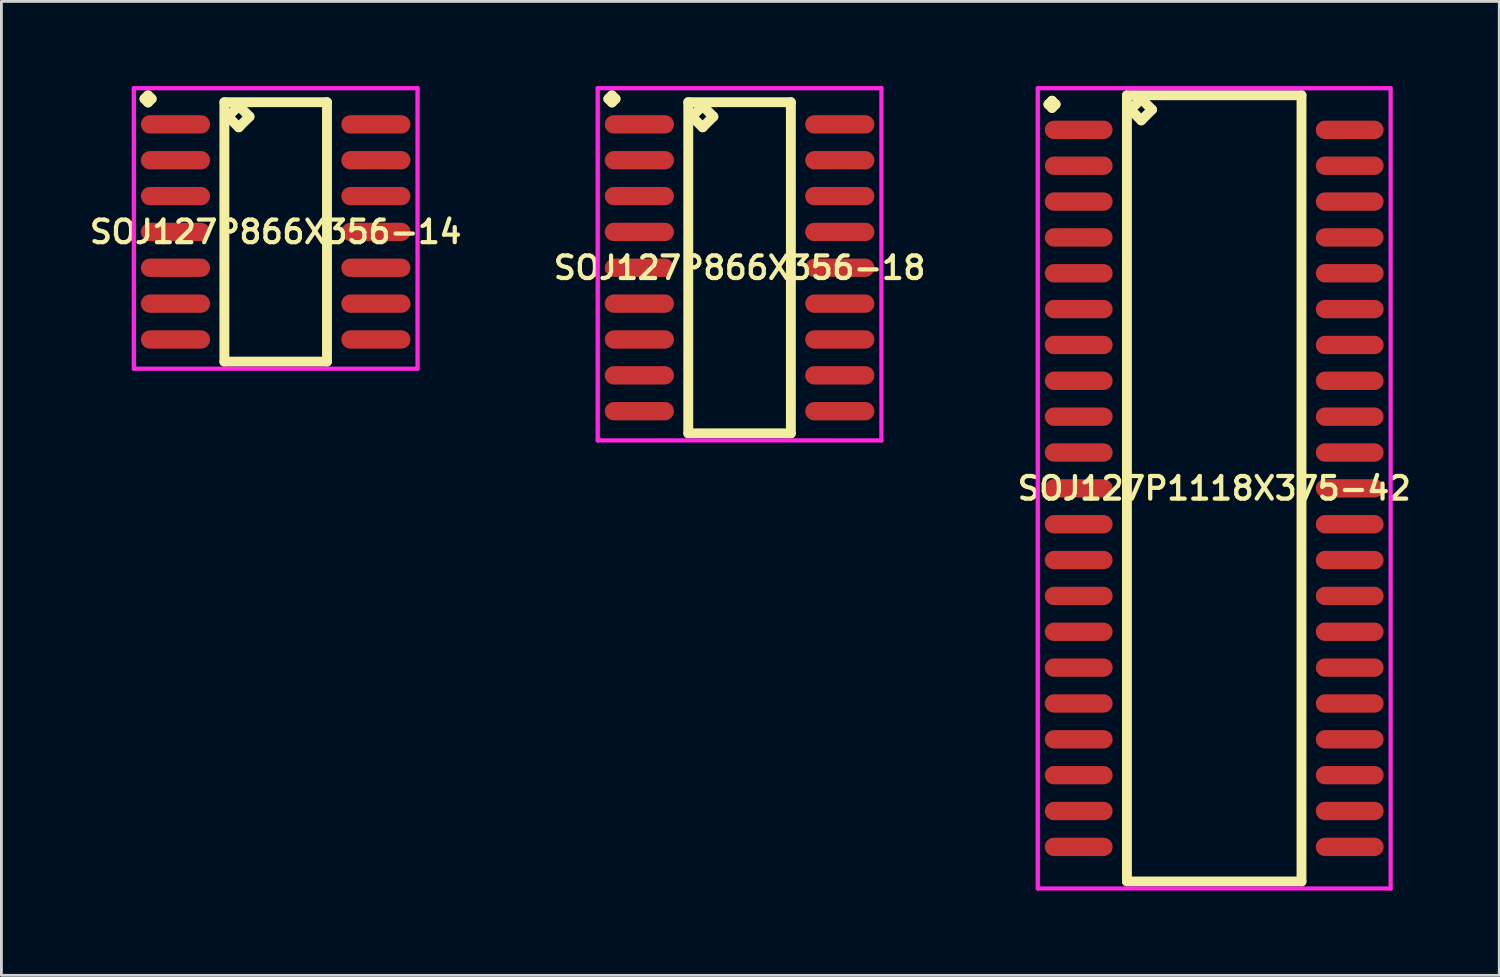
<source format=kicad_pcb>
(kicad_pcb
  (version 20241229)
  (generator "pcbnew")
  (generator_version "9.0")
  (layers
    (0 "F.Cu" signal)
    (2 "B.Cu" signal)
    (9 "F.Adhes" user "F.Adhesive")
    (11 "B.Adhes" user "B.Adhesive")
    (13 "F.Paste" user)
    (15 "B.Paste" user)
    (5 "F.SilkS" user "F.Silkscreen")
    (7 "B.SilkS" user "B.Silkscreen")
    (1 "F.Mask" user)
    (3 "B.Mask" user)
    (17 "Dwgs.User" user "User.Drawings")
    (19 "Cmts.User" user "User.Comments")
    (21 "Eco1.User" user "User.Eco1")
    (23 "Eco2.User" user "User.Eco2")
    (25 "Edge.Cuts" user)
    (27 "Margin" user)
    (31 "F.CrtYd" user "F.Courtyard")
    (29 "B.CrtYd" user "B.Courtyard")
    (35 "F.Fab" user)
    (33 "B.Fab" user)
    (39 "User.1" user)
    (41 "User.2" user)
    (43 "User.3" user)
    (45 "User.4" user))
  (footprint "SOJ127P866X356-18"
    (layer "F.Cu")
    (at 23.149 6.436)
    (property "Reference" "SOJ127P866X356-18" (at 0 0 0) (layer "F.SilkS") (effects (font (size 0.8 0.8) (thickness 0.15))))
    (attr smd)
    (fp_line (start -4.648 -5.984) (end -4.521 -6.111) (stroke (width 0.35) (type solid)) (layer "F.SilkS"))
    (fp_line (start -4.521 -6.111) (end -4.394 -5.984) (stroke (width 0.35) (type solid)) (layer "F.SilkS"))
    (fp_line (start -4.521 -5.857) (end -4.648 -5.984) (stroke (width 0.35) (type solid)) (layer "F.SilkS"))
    (fp_line (start -4.394 -5.984) (end -4.521 -5.857) (stroke (width 0.35) (type solid)) (layer "F.SilkS"))
    (fp_line (start -1.817 -5.865) (end -1.817 5.865) (stroke (width 0.35) (type solid)) (layer "F.SilkS"))
    (fp_line (start -1.817 5.865) (end 1.817 5.865) (stroke (width 0.35) (type solid)) (layer "F.SilkS"))
    (fp_line (start -1.69 -5.357) (end -1.309 -5.738) (stroke (width 0.35) (type solid)) (layer "F.SilkS"))
    (fp_line (start -1.309 -5.738) (end -0.928 -5.357) (stroke (width 0.35) (type solid)) (layer "F.SilkS"))
    (fp_line (start -1.309 -4.976) (end -1.69 -5.357) (stroke (width 0.35) (type solid)) (layer "F.SilkS"))
    (fp_line (start -0.928 -5.357) (end -1.309 -4.976) (stroke (width 0.35) (type solid)) (layer "F.SilkS"))
    (fp_line (start 1.817 -5.865) (end -1.817 -5.865) (stroke (width 0.35) (type solid)) (layer "F.SilkS"))
    (fp_line (start 1.817 5.865) (end 1.817 -5.865) (stroke (width 0.35) (type solid)) (layer "F.SilkS"))
    (fp_line (start -5.025 -6.361) (end 5.025 -6.361) (stroke (width 0.15) (type solid)) (layer "F.CrtYd"))
    (fp_line (start -5.025 6.115) (end -5.025 -6.361) (stroke (width 0.15) (type solid)) (layer "F.CrtYd"))
    (fp_line (start 5.025 -6.361) (end 5.025 6.115) (stroke (width 0.15) (type solid)) (layer "F.CrtYd"))
    (fp_line (start 5.025 6.115) (end -5.025 6.115) (stroke (width 0.15) (type solid)) (layer "F.CrtYd"))
    (pad "1" smd oval (at -3.55 -5.08) (size 2.45 0.65) (layers "F.Cu" "F.Mask" "F.Paste"))
    (pad "2" smd oval (at -3.55 -3.81) (size 2.45 0.65) (layers "F.Cu" "F.Mask" "F.Paste"))
    (pad "3" smd oval (at -3.55 -2.54) (size 2.45 0.65) (layers "F.Cu" "F.Mask" "F.Paste"))
    (pad "4" smd oval (at -3.55 -1.27) (size 2.45 0.65) (layers "F.Cu" "F.Mask" "F.Paste"))
    (pad "5" smd oval (at -3.55 0) (size 2.45 0.65) (layers "F.Cu" "F.Mask" "F.Paste"))
    (pad "6" smd oval (at -3.55 1.27) (size 2.45 0.65) (layers "F.Cu" "F.Mask" "F.Paste"))
    (pad "7" smd oval (at -3.55 2.54) (size 2.45 0.65) (layers "F.Cu" "F.Mask" "F.Paste"))
    (pad "8" smd oval (at -3.55 3.81) (size 2.45 0.65) (layers "F.Cu" "F.Mask" "F.Paste"))
    (pad "9" smd oval (at -3.55 5.08) (size 2.45 0.65) (layers "F.Cu" "F.Mask" "F.Paste"))
    (pad "10" smd oval (at 3.55 5.08) (size 2.45 0.65) (layers "F.Cu" "F.Mask" "F.Paste"))
    (pad "11" smd oval (at 3.55 3.81) (size 2.45 0.65) (layers "F.Cu" "F.Mask" "F.Paste"))
    (pad "12" smd oval (at 3.55 2.54) (size 2.45 0.65) (layers "F.Cu" "F.Mask" "F.Paste"))
    (pad "13" smd oval (at 3.55 1.27) (size 2.45 0.65) (layers "F.Cu" "F.Mask" "F.Paste"))
    (pad "14" smd oval (at 3.55 0) (size 2.45 0.65) (layers "F.Cu" "F.Mask" "F.Paste"))
    (pad "15" smd oval (at 3.55 -1.27) (size 2.45 0.65) (layers "F.Cu" "F.Mask" "F.Paste"))
    (pad "16" smd oval (at 3.55 -2.54) (size 2.45 0.65) (layers "F.Cu" "F.Mask" "F.Paste"))
    (pad "17" smd oval (at 3.55 -3.81) (size 2.45 0.65) (layers "F.Cu" "F.Mask" "F.Paste"))
    (pad "18" smd oval (at 3.55 -5.08) (size 2.45 0.65) (layers "F.Cu" "F.Mask" "F.Paste")))
  (footprint "SOJ127P866X356-14"
    (layer "F.Cu")
    (at 6.716 5.166)
    (property "Reference" "SOJ127P866X356-14" (at 0 0 0) (layer "F.SilkS") (effects (font (size 0.8 0.8) (thickness 0.15))))
    (attr smd)
    (fp_line (start -4.648 -4.714) (end -4.521 -4.841) (stroke (width 0.35) (type solid)) (layer "F.SilkS"))
    (fp_line (start -4.521 -4.841) (end -4.394 -4.714) (stroke (width 0.35) (type solid)) (layer "F.SilkS"))
    (fp_line (start -4.521 -4.587) (end -4.648 -4.714) (stroke (width 0.35) (type solid)) (layer "F.SilkS"))
    (fp_line (start -4.394 -4.714) (end -4.521 -4.587) (stroke (width 0.35) (type solid)) (layer "F.SilkS"))
    (fp_line (start -1.817 -4.595) (end -1.817 4.595) (stroke (width 0.35) (type solid)) (layer "F.SilkS"))
    (fp_line (start -1.817 4.595) (end 1.817 4.595) (stroke (width 0.35) (type solid)) (layer "F.SilkS"))
    (fp_line (start -1.69 -4.087) (end -1.309 -4.468) (stroke (width 0.35) (type solid)) (layer "F.SilkS"))
    (fp_line (start -1.309 -4.468) (end -0.928 -4.087) (stroke (width 0.35) (type solid)) (layer "F.SilkS"))
    (fp_line (start -1.309 -3.706) (end -1.69 -4.087) (stroke (width 0.35) (type solid)) (layer "F.SilkS"))
    (fp_line (start -0.928 -4.087) (end -1.309 -3.706) (stroke (width 0.35) (type solid)) (layer "F.SilkS"))
    (fp_line (start 1.817 -4.595) (end -1.817 -4.595) (stroke (width 0.35) (type solid)) (layer "F.SilkS"))
    (fp_line (start 1.817 4.595) (end 1.817 -4.595) (stroke (width 0.35) (type solid)) (layer "F.SilkS"))
    (fp_line (start -5.025 -5.091) (end 5.025 -5.091) (stroke (width 0.15) (type solid)) (layer "F.CrtYd"))
    (fp_line (start -5.025 4.845) (end -5.025 -5.091) (stroke (width 0.15) (type solid)) (layer "F.CrtYd"))
    (fp_line (start 5.025 -5.091) (end 5.025 4.845) (stroke (width 0.15) (type solid)) (layer "F.CrtYd"))
    (fp_line (start 5.025 4.845) (end -5.025 4.845) (stroke (width 0.15) (type solid)) (layer "F.CrtYd"))
    (pad "1" smd oval (at -3.55 -3.81) (size 2.45 0.65) (layers "F.Cu" "F.Mask" "F.Paste"))
    (pad "2" smd oval (at -3.55 -2.54) (size 2.45 0.65) (layers "F.Cu" "F.Mask" "F.Paste"))
    (pad "3" smd oval (at -3.55 -1.27) (size 2.45 0.65) (layers "F.Cu" "F.Mask" "F.Paste"))
    (pad "4" smd oval (at -3.55 0) (size 2.45 0.65) (layers "F.Cu" "F.Mask" "F.Paste"))
    (pad "5" smd oval (at -3.55 1.27) (size 2.45 0.65) (layers "F.Cu" "F.Mask" "F.Paste"))
    (pad "6" smd oval (at -3.55 2.54) (size 2.45 0.65) (layers "F.Cu" "F.Mask" "F.Paste"))
    (pad "7" smd oval (at -3.55 3.81) (size 2.45 0.65) (layers "F.Cu" "F.Mask" "F.Paste"))
    (pad "8" smd oval (at 3.55 3.81) (size 2.45 0.65) (layers "F.Cu" "F.Mask" "F.Paste"))
    (pad "9" smd oval (at 3.55 2.54) (size 2.45 0.65) (layers "F.Cu" "F.Mask" "F.Paste"))
    (pad "10" smd oval (at 3.55 1.27) (size 2.45 0.65) (layers "F.Cu" "F.Mask" "F.Paste"))
    (pad "11" smd oval (at 3.55 0) (size 2.45 0.65) (layers "F.Cu" "F.Mask" "F.Paste"))
    (pad "12" smd oval (at 3.55 -1.27) (size 2.45 0.65) (layers "F.Cu" "F.Mask" "F.Paste"))
    (pad "13" smd oval (at 3.55 -2.54) (size 2.45 0.65) (layers "F.Cu" "F.Mask" "F.Paste"))
    (pad "14" smd oval (at 3.55 -3.81) (size 2.45 0.65) (layers "F.Cu" "F.Mask" "F.Paste")))
  (footprint "SOJ127P1118X375-42"
    (layer "F.Cu")
    (at 39.963 14.25)
    (property "Reference" "SOJ127P1118X375-42" (at 0 0 0) (layer "F.SilkS") (effects (font (size 0.8 0.8) (thickness 0.15))))
    (attr smd)
    (fp_line (start -5.873 -13.604) (end -5.746 -13.731) (stroke (width 0.35) (type solid)) (layer "F.SilkS"))
    (fp_line (start -5.746 -13.731) (end -5.619 -13.604) (stroke (width 0.35) (type solid)) (layer "F.SilkS"))
    (fp_line (start -5.746 -13.477) (end -5.873 -13.604) (stroke (width 0.35) (type solid)) (layer "F.SilkS"))
    (fp_line (start -5.619 -13.604) (end -5.746 -13.477) (stroke (width 0.35) (type solid)) (layer "F.SilkS"))
    (fp_line (start -3.092 -13.925) (end -3.092 13.925) (stroke (width 0.35) (type solid)) (layer "F.SilkS"))
    (fp_line (start -3.092 13.925) (end 3.092 13.925) (stroke (width 0.35) (type solid)) (layer "F.SilkS"))
    (fp_line (start -2.965 -13.417) (end -2.584 -13.798) (stroke (width 0.35) (type solid)) (layer "F.SilkS"))
    (fp_line (start -2.584 -13.798) (end -2.203 -13.417) (stroke (width 0.35) (type solid)) (layer "F.SilkS"))
    (fp_line (start -2.584 -13.036) (end -2.965 -13.417) (stroke (width 0.35) (type solid)) (layer "F.SilkS"))
    (fp_line (start -2.203 -13.417) (end -2.584 -13.036) (stroke (width 0.35) (type solid)) (layer "F.SilkS"))
    (fp_line (start 3.092 -13.925) (end -3.092 -13.925) (stroke (width 0.35) (type solid)) (layer "F.SilkS"))
    (fp_line (start 3.092 13.925) (end 3.092 -13.925) (stroke (width 0.35) (type solid)) (layer "F.SilkS"))
    (fp_line (start -6.25 -14.175) (end 6.25 -14.175) (stroke (width 0.15) (type solid)) (layer "F.CrtYd"))
    (fp_line (start -6.25 14.175) (end -6.25 -14.175) (stroke (width 0.15) (type solid)) (layer "F.CrtYd"))
    (fp_line (start 6.25 -14.175) (end 6.25 14.175) (stroke (width 0.15) (type solid)) (layer "F.CrtYd"))
    (fp_line (start 6.25 14.175) (end -6.25 14.175) (stroke (width 0.15) (type solid)) (layer "F.CrtYd"))
    (pad "1" smd oval (at -4.8 -12.7) (size 2.4 0.65) (layers "F.Cu" "F.Mask" "F.Paste"))
    (pad "2" smd oval (at -4.8 -11.43) (size 2.4 0.65) (layers "F.Cu" "F.Mask" "F.Paste"))
    (pad "3" smd oval (at -4.8 -10.16) (size 2.4 0.65) (layers "F.Cu" "F.Mask" "F.Paste"))
    (pad "4" smd oval (at -4.8 -8.89) (size 2.4 0.65) (layers "F.Cu" "F.Mask" "F.Paste"))
    (pad "5" smd oval (at -4.8 -7.62) (size 2.4 0.65) (layers "F.Cu" "F.Mask" "F.Paste"))
    (pad "6" smd oval (at -4.8 -6.35) (size 2.4 0.65) (layers "F.Cu" "F.Mask" "F.Paste"))
    (pad "7" smd oval (at -4.8 -5.08) (size 2.4 0.65) (layers "F.Cu" "F.Mask" "F.Paste"))
    (pad "8" smd oval (at -4.8 -3.81) (size 2.4 0.65) (layers "F.Cu" "F.Mask" "F.Paste"))
    (pad "9" smd oval (at -4.8 -2.54) (size 2.4 0.65) (layers "F.Cu" "F.Mask" "F.Paste"))
    (pad "10" smd oval (at -4.8 -1.27) (size 2.4 0.65) (layers "F.Cu" "F.Mask" "F.Paste"))
    (pad "11" smd oval (at -4.8 0) (size 2.4 0.65) (layers "F.Cu" "F.Mask" "F.Paste"))
    (pad "12" smd oval (at -4.8 1.27) (size 2.4 0.65) (layers "F.Cu" "F.Mask" "F.Paste"))
    (pad "13" smd oval (at -4.8 2.54) (size 2.4 0.65) (layers "F.Cu" "F.Mask" "F.Paste"))
    (pad "14" smd oval (at -4.8 3.81) (size 2.4 0.65) (layers "F.Cu" "F.Mask" "F.Paste"))
    (pad "15" smd oval (at -4.8 5.08) (size 2.4 0.65) (layers "F.Cu" "F.Mask" "F.Paste"))
    (pad "16" smd oval (at -4.8 6.35) (size 2.4 0.65) (layers "F.Cu" "F.Mask" "F.Paste"))
    (pad "17" smd oval (at -4.8 7.62) (size 2.4 0.65) (layers "F.Cu" "F.Mask" "F.Paste"))
    (pad "18" smd oval (at -4.8 8.89) (size 2.4 0.65) (layers "F.Cu" "F.Mask" "F.Paste"))
    (pad "19" smd oval (at -4.8 10.16) (size 2.4 0.65) (layers "F.Cu" "F.Mask" "F.Paste"))
    (pad "20" smd oval (at -4.8 11.43) (size 2.4 0.65) (layers "F.Cu" "F.Mask" "F.Paste"))
    (pad "21" smd oval (at -4.8 12.7) (size 2.4 0.65) (layers "F.Cu" "F.Mask" "F.Paste"))
    (pad "22" smd oval (at 4.8 12.7) (size 2.4 0.65) (layers "F.Cu" "F.Mask" "F.Paste"))
    (pad "23" smd oval (at 4.8 11.43) (size 2.4 0.65) (layers "F.Cu" "F.Mask" "F.Paste"))
    (pad "24" smd oval (at 4.8 10.16) (size 2.4 0.65) (layers "F.Cu" "F.Mask" "F.Paste"))
    (pad "25" smd oval (at 4.8 8.89) (size 2.4 0.65) (layers "F.Cu" "F.Mask" "F.Paste"))
    (pad "26" smd oval (at 4.8 7.62) (size 2.4 0.65) (layers "F.Cu" "F.Mask" "F.Paste"))
    (pad "27" smd oval (at 4.8 6.35) (size 2.4 0.65) (layers "F.Cu" "F.Mask" "F.Paste"))
    (pad "28" smd oval (at 4.8 5.08) (size 2.4 0.65) (layers "F.Cu" "F.Mask" "F.Paste"))
    (pad "29" smd oval (at 4.8 3.81) (size 2.4 0.65) (layers "F.Cu" "F.Mask" "F.Paste"))
    (pad "30" smd oval (at 4.8 2.54) (size 2.4 0.65) (layers "F.Cu" "F.Mask" "F.Paste"))
    (pad "31" smd oval (at 4.8 1.27) (size 2.4 0.65) (layers "F.Cu" "F.Mask" "F.Paste"))
    (pad "32" smd oval (at 4.8 0) (size 2.4 0.65) (layers "F.Cu" "F.Mask" "F.Paste"))
    (pad "33" smd oval (at 4.8 -1.27) (size 2.4 0.65) (layers "F.Cu" "F.Mask" "F.Paste"))
    (pad "34" smd oval (at 4.8 -2.54) (size 2.4 0.65) (layers "F.Cu" "F.Mask" "F.Paste"))
    (pad "35" smd oval (at 4.8 -3.81) (size 2.4 0.65) (layers "F.Cu" "F.Mask" "F.Paste"))
    (pad "36" smd oval (at 4.8 -5.08) (size 2.4 0.65) (layers "F.Cu" "F.Mask" "F.Paste"))
    (pad "37" smd oval (at 4.8 -6.35) (size 2.4 0.65) (layers "F.Cu" "F.Mask" "F.Paste"))
    (pad "38" smd oval (at 4.8 -7.62) (size 2.4 0.65) (layers "F.Cu" "F.Mask" "F.Paste"))
    (pad "39" smd oval (at 4.8 -8.89) (size 2.4 0.65) (layers "F.Cu" "F.Mask" "F.Paste"))
    (pad "40" smd oval (at 4.8 -10.16) (size 2.4 0.65) (layers "F.Cu" "F.Mask" "F.Paste"))
    (pad "41" smd oval (at 4.8 -11.43) (size 2.4 0.65) (layers "F.Cu" "F.Mask" "F.Paste"))
    (pad "42" smd oval (at 4.8 -12.7) (size 2.4 0.65) (layers "F.Cu" "F.Mask" "F.Paste")))
  (gr_rect
    (start -3 -3)
    (end 50.06 31.5)
    (stroke (width 0.1) (type default))
    (fill no)
    (layer "Edge.Cuts")))
</source>
